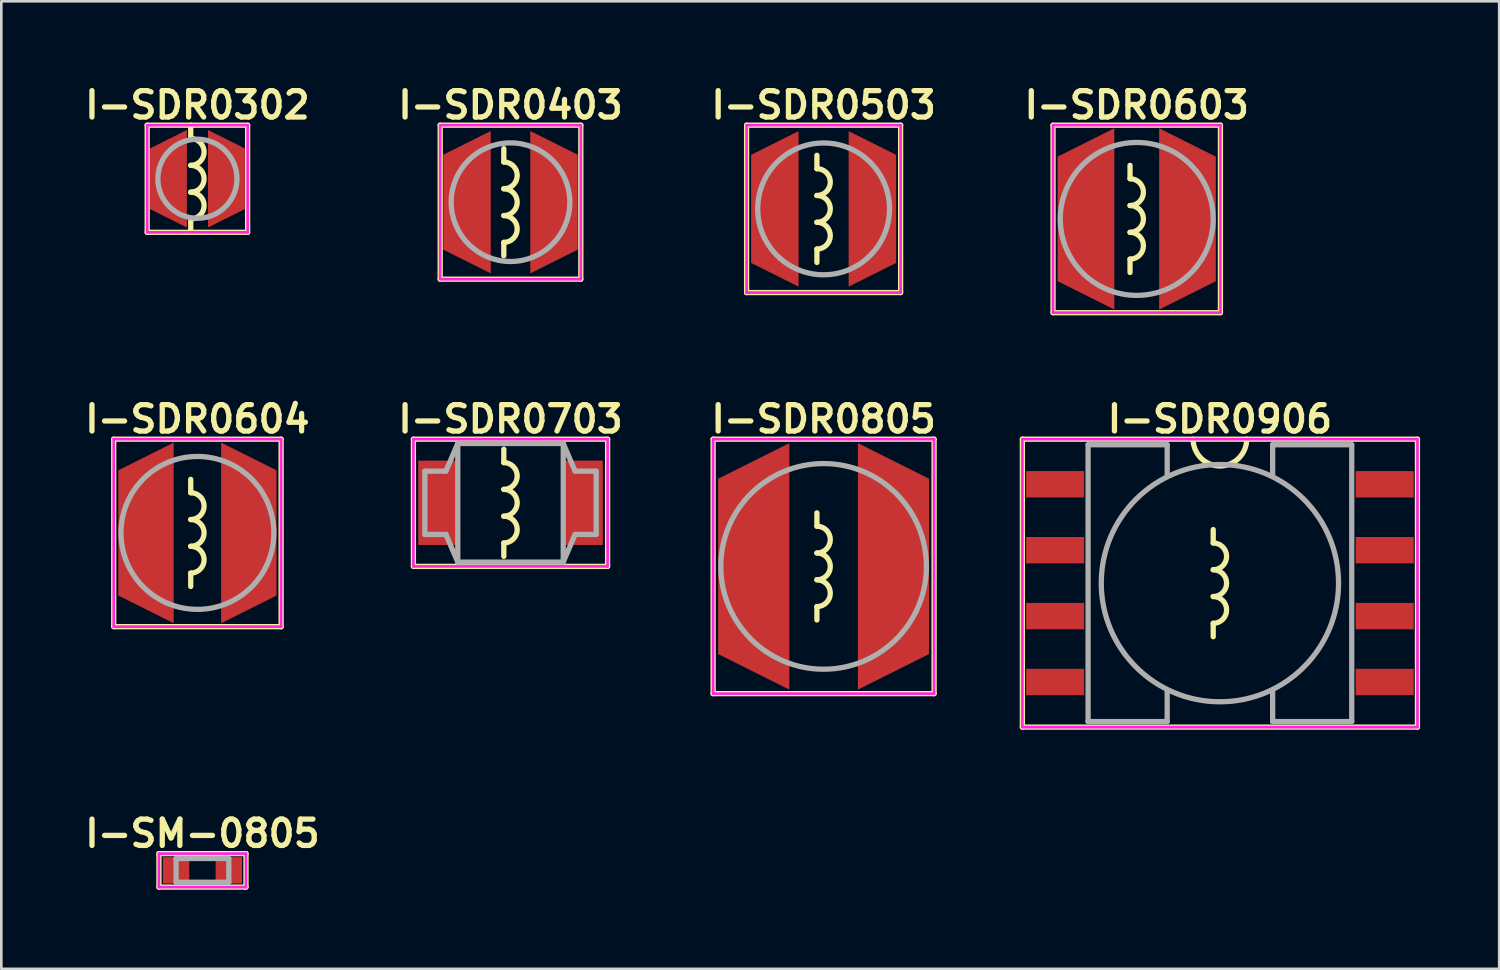
<source format=kicad_pcb>
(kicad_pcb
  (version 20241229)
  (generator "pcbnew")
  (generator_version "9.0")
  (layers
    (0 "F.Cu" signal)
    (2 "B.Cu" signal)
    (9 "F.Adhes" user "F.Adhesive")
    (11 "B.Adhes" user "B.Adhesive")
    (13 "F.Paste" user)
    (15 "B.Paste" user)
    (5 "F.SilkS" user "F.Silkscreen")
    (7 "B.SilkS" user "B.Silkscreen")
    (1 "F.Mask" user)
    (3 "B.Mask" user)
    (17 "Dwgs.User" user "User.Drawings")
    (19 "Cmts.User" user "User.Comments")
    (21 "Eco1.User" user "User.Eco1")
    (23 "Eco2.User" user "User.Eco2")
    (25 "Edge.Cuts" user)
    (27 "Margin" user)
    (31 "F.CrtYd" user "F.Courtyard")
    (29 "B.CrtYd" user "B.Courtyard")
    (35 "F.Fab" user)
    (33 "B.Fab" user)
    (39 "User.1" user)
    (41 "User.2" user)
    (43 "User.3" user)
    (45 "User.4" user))
  (footprint "I-SDR0703"
    (layer "F.Cu")
    (at 16.314 16.021)
    (property "Reference" "I-SDR0703" (at 0 -3.175 0) (layer "F.SilkS") (effects (font (size 1 1) (thickness 0.2))))
    (attr through_hole)
    (fp_line (start -3.683 -2.413) (end -3.683 2.413) (stroke (width 0.2) (type solid)) (layer "F.SilkS"))
    (fp_line (start -3.683 -2.413) (end 3.683 -2.413) (stroke (width 0.2) (type solid)) (layer "F.SilkS"))
    (fp_line (start -3.683 2.413) (end 3.683 2.413) (stroke (width 0.2) (type solid)) (layer "F.SilkS"))
    (fp_line (start -0.254 -1.524) (end -0.254 -2.032) (stroke (width 0.2) (type solid)) (layer "F.SilkS"))
    (fp_line (start -0.254 2.032) (end -0.254 1.524) (stroke (width 0.2) (type solid)) (layer "F.SilkS"))
    (fp_line (start 3.683 -2.413) (end 3.683 2.413) (stroke (width 0.2) (type solid)) (layer "F.SilkS"))
    (fp_arc (start -0.254 -1.524) (mid 0.254 -1.016) (end -0.254 -0.508) (stroke (width 0.2) (type solid)) (layer "F.SilkS"))
    (fp_arc (start -0.254 -0.508) (mid 0.254 0) (end -0.254 0.508) (stroke (width 0.2) (type solid)) (layer "F.SilkS"))
    (fp_arc (start -0.254 0.508) (mid 0.254 1.016) (end -0.254 1.524) (stroke (width 0.2) (type solid)) (layer "F.SilkS"))
    (fp_line (start -3.683 -2.413) (end 3.683 -2.413) (stroke (width 0.1) (type solid)) (layer "F.CrtYd"))
    (fp_line (start -3.683 2.413) (end -3.683 -2.413) (stroke (width 0.1) (type solid)) (layer "F.CrtYd"))
    (fp_line (start 3.683 -2.413) (end 3.683 2.413) (stroke (width 0.1) (type solid)) (layer "F.CrtYd"))
    (fp_line (start 3.683 2.413) (end -3.683 2.413) (stroke (width 0.1) (type solid)) (layer "F.CrtYd"))
    (fp_line (start -3.25 -1.2) (end -3.25 1.2) (stroke (width 0.2) (type solid)) (layer "F.Fab"))
    (fp_line (start -3.25 -1.2) (end -2.45 -1.2) (stroke (width 0.2) (type solid)) (layer "F.Fab"))
    (fp_line (start -3.25 1.2) (end -2.45 1.2) (stroke (width 0.2) (type solid)) (layer "F.Fab"))
    (fp_line (start -2.45 1.2) (end -2 2.25) (stroke (width 0.2) (type solid)) (layer "F.Fab"))
    (fp_line (start -2 -2.25) (end -2.45 -1.2) (stroke (width 0.2) (type solid)) (layer "F.Fab"))
    (fp_line (start -2 -2.25) (end -2 2.25) (stroke (width 0.2) (type solid)) (layer "F.Fab"))
    (fp_line (start -2 -2.25) (end 2 -2.25) (stroke (width 0.2) (type solid)) (layer "F.Fab"))
    (fp_line (start -2 2.25) (end 2 2.25) (stroke (width 0.2) (type solid)) (layer "F.Fab"))
    (fp_line (start 2 -2.25) (end 2 2.25) (stroke (width 0.2) (type solid)) (layer "F.Fab"))
    (fp_line (start 2 -2.25) (end 2.45 -1.2) (stroke (width 0.2) (type solid)) (layer "F.Fab"))
    (fp_line (start 2.45 -1.2) (end 3.25 -1.2) (stroke (width 0.2) (type solid)) (layer "F.Fab"))
    (fp_line (start 2.45 1.2) (end 2 2.25) (stroke (width 0.2) (type solid)) (layer "F.Fab"))
    (fp_line (start 2.45 1.2) (end 3.25 1.2) (stroke (width 0.2) (type solid)) (layer "F.Fab"))
    (fp_line (start 3.25 -1.2) (end 3.25 1.2) (stroke (width 0.2) (type solid)) (layer "F.Fab"))
    (pad "1" smd rect (at -2.75 0) (size 1.5 3.2) (layers "F.Cu" "F.Mask"))
    (pad "2" smd rect (at 2.75 0) (size 1.5 3.2) (layers "F.Cu" "F.Mask")))
  (footprint "I-SDR0403"
    (layer "F.Cu")
    (at 16.314 4.619)
    (property "Reference" "I-SDR0403" (at 0 -3.683 0) (layer "F.SilkS") (effects (font (size 1 1) (thickness 0.2))))
    (attr through_hole)
    (fp_line (start -2.667 -2.921) (end -2.667 2.921) (stroke (width 0.2) (type solid)) (layer "F.SilkS"))
    (fp_line (start -2.667 -2.921) (end 2.667 -2.921) (stroke (width 0.2) (type solid)) (layer "F.SilkS"))
    (fp_line (start -2.667 2.921) (end 2.667 2.921) (stroke (width 0.2) (type solid)) (layer "F.SilkS"))
    (fp_line (start -0.254 -1.524) (end -0.254 -2.032) (stroke (width 0.2) (type solid)) (layer "F.SilkS"))
    (fp_line (start -0.254 1.524) (end -0.254 2.032) (stroke (width 0.2) (type solid)) (layer "F.SilkS"))
    (fp_line (start 2.667 -2.921) (end 2.667 2.921) (stroke (width 0.2) (type solid)) (layer "F.SilkS"))
    (fp_arc (start -0.254 -1.524) (mid 0.254 -1.016) (end -0.254 -0.508) (stroke (width 0.2) (type solid)) (layer "F.SilkS"))
    (fp_arc (start -0.254 -0.508) (mid 0.254 0) (end -0.254 0.508) (stroke (width 0.2) (type solid)) (layer "F.SilkS"))
    (fp_arc (start -0.254 0.508) (mid 0.254 1.016) (end -0.254 1.524) (stroke (width 0.2) (type solid)) (layer "F.SilkS"))
    (fp_line (start -2.667 -2.921) (end 2.667 -2.921) (stroke (width 0.1) (type solid)) (layer "F.CrtYd"))
    (fp_line (start -2.667 2.921) (end -2.667 -2.921) (stroke (width 0.1) (type solid)) (layer "F.CrtYd"))
    (fp_line (start 2.667 -2.921) (end 2.667 2.921) (stroke (width 0.1) (type solid)) (layer "F.CrtYd"))
    (fp_line (start 2.667 2.921) (end -2.667 2.921) (stroke (width 0.1) (type solid)) (layer "F.CrtYd"))
    (fp_circle (center 0 0) (end 2.25 0) (stroke (width 0.2) (type solid)) (fill no) (layer "F.Fab"))
    (pad "1" smd trapezoid (at -1.65 0) (size 1.8 4.5) (rect_delta -0.9 0) (layers "F.Cu" "F.Mask"))
    (pad "2" smd trapezoid (at 1.65 0) (size 1.8 4.5) (rect_delta 0.9 0) (layers "F.Cu" "F.Mask")))
  (footprint "I-SDR0604"
    (layer "F.Cu")
    (at 4.438 17.164)
    (property "Reference" "I-SDR0604" (at 0 -4.318 0) (layer "F.SilkS") (effects (font (size 1 1) (thickness 0.2))))
    (attr through_hole)
    (fp_line (start -3.175 -3.556) (end -3.175 3.556) (stroke (width 0.2) (type solid)) (layer "F.SilkS"))
    (fp_line (start -3.175 -3.556) (end 3.175 -3.556) (stroke (width 0.2) (type solid)) (layer "F.SilkS"))
    (fp_line (start -3.175 3.556) (end 3.175 3.556) (stroke (width 0.2) (type solid)) (layer "F.SilkS"))
    (fp_line (start -0.254 -1.524) (end -0.254 -2.032) (stroke (width 0.2) (type solid)) (layer "F.SilkS"))
    (fp_line (start -0.254 2.032) (end -0.254 1.524) (stroke (width 0.2) (type solid)) (layer "F.SilkS"))
    (fp_line (start 3.175 -3.556) (end 3.175 3.556) (stroke (width 0.2) (type solid)) (layer "F.SilkS"))
    (fp_arc (start -0.254 -1.524) (mid 0.254 -1.016) (end -0.254 -0.508) (stroke (width 0.2) (type solid)) (layer "F.SilkS"))
    (fp_arc (start -0.254 -0.508) (mid 0.254 0) (end -0.254 0.508) (stroke (width 0.2) (type solid)) (layer "F.SilkS"))
    (fp_arc (start -0.254 0.508) (mid 0.254 1.016) (end -0.254 1.524) (stroke (width 0.2) (type solid)) (layer "F.SilkS"))
    (fp_line (start -3.175 -3.556) (end 3.175 -3.556) (stroke (width 0.1) (type solid)) (layer "F.CrtYd"))
    (fp_line (start -3.175 3.556) (end -3.175 -3.556) (stroke (width 0.1) (type solid)) (layer "F.CrtYd"))
    (fp_line (start 3.175 -3.556) (end 3.175 3.556) (stroke (width 0.1) (type solid)) (layer "F.CrtYd"))
    (fp_line (start 3.175 3.556) (end -3.175 3.556) (stroke (width 0.1) (type solid)) (layer "F.CrtYd"))
    (fp_circle (center 0 0) (end 2.9 0) (stroke (width 0.2) (type solid)) (fill no) (layer "F.Fab"))
    (pad "1" smd trapezoid (at -1.95 0) (size 2.1 5.8) (rect_delta -1.05 0) (layers "F.Cu" "F.Mask"))
    (pad "2" smd trapezoid (at 1.95 0) (size 2.1 5.8) (rect_delta 1.05 0) (layers "F.Cu" "F.Mask")))
  (footprint "I-SDR0302"
    (layer "F.Cu")
    (at 4.438 3.73)
    (property "Reference" "I-SDR0302" (at 0 -2.794 0) (layer "F.SilkS") (effects (font (size 1 1) (thickness 0.2))))
    (attr through_hole)
    (fp_line (start -1.905 -2.032) (end -1.905 2.032) (stroke (width 0.2) (type solid)) (layer "F.SilkS"))
    (fp_line (start -1.905 -2.032) (end 1.905 -2.032) (stroke (width 0.2) (type solid)) (layer "F.SilkS"))
    (fp_line (start -1.905 2.032) (end 1.905 2.032) (stroke (width 0.2) (type solid)) (layer "F.SilkS"))
    (fp_line (start -0.254 -1.524) (end -0.254 -2.032) (stroke (width 0.2) (type solid)) (layer "F.SilkS"))
    (fp_line (start -0.254 1.524) (end -0.254 2.032) (stroke (width 0.2) (type solid)) (layer "F.SilkS"))
    (fp_line (start 1.905 -2.032) (end 1.905 2.032) (stroke (width 0.2) (type solid)) (layer "F.SilkS"))
    (fp_arc (start -0.254 -1.524) (mid 0.254 -1.016) (end -0.254 -0.508) (stroke (width 0.2) (type solid)) (layer "F.SilkS"))
    (fp_arc (start -0.254 -0.508) (mid 0.254 0) (end -0.254 0.508) (stroke (width 0.2) (type solid)) (layer "F.SilkS"))
    (fp_arc (start -0.254 0.508) (mid 0.254 1.016) (end -0.254 1.524) (stroke (width 0.2) (type solid)) (layer "F.SilkS"))
    (fp_line (start -1.905 -2.032) (end 1.905 -2.032) (stroke (width 0.1) (type solid)) (layer "F.CrtYd"))
    (fp_line (start -1.905 2.032) (end -1.905 -2.032) (stroke (width 0.1) (type solid)) (layer "F.CrtYd"))
    (fp_line (start 1.905 -2.032) (end 1.905 2.032) (stroke (width 0.1) (type solid)) (layer "F.CrtYd"))
    (fp_line (start 1.905 2.032) (end -1.905 2.032) (stroke (width 0.1) (type solid)) (layer "F.CrtYd"))
    (fp_circle (center 0 0) (end 1.5 0) (stroke (width 0.2) (type solid)) (fill no) (layer "F.Fab"))
    (pad "1" smd trapezoid (at -1.1 0) (size 1.4 3) (rect_delta -0.7 0) (layers "F.Cu" "F.Mask"))
    (pad "2" smd trapezoid (at 1.1 0) (size 1.4 3) (rect_delta 0.7 0) (layers "F.Cu" "F.Mask")))
  (footprint "I-SM-0805"
    (layer "F.Cu")
    (at 4.629 29.963)
    (property "Reference" "I-SM-0805" (at 0 -1.397 0) (layer "F.SilkS") (effects (font (size 1 1) (thickness 0.2))))
    (attr through_hole)
    (fp_line (start -1.651 -0.635) (end 1.651 -0.635) (stroke (width 0.2) (type solid)) (layer "F.SilkS"))
    (fp_line (start -1.651 0.635) (end -1.651 -0.635) (stroke (width 0.2) (type solid)) (layer "F.SilkS"))
    (fp_line (start -1.651 0.635) (end 1.651 0.635) (stroke (width 0.2) (type solid)) (layer "F.SilkS"))
    (fp_line (start 1.651 -0.635) (end 1.651 0.635) (stroke (width 0.2) (type solid)) (layer "F.SilkS"))
    (fp_line (start -1.651 -0.635) (end 1.651 -0.635) (stroke (width 0.1) (type solid)) (layer "F.CrtYd"))
    (fp_line (start -1.651 0.635) (end -1.651 -0.635) (stroke (width 0.1) (type solid)) (layer "F.CrtYd"))
    (fp_line (start 1.651 -0.635) (end 1.651 0.635) (stroke (width 0.1) (type solid)) (layer "F.CrtYd"))
    (fp_line (start 1.651 0.635) (end -1.651 0.635) (stroke (width 0.1) (type solid)) (layer "F.CrtYd"))
    (fp_line (start -1 -0.45) (end -1 0.45) (stroke (width 0.2) (type solid)) (layer "F.Fab"))
    (fp_line (start -1 -0.45) (end 1 -0.45) (stroke (width 0.2) (type solid)) (layer "F.Fab"))
    (fp_line (start -1 0.45) (end 1 0.45) (stroke (width 0.2) (type solid)) (layer "F.Fab"))
    (fp_line (start 1 -0.45) (end 1 0.45) (stroke (width 0.2) (type solid)) (layer "F.Fab"))
    (pad "1" smd rect (at -1 0) (size 1 1) (layers "F.Cu" "F.Mask"))
    (pad "2" smd rect (at 1 0) (size 1 1) (layers "F.Cu" "F.Mask")))
  (footprint "I-SDR0805"
    (layer "F.Cu")
    (at 28.19 18.434)
    (property "Reference" "I-SDR0805" (at 0 -5.588 0) (layer "F.SilkS") (effects (font (size 1 1) (thickness 0.2))))
    (attr through_hole)
    (fp_line (start -4.191 -4.826) (end -4.191 4.826) (stroke (width 0.2) (type solid)) (layer "F.SilkS"))
    (fp_line (start -4.191 -4.826) (end 4.191 -4.826) (stroke (width 0.2) (type solid)) (layer "F.SilkS"))
    (fp_line (start -4.191 4.826) (end 4.191 4.826) (stroke (width 0.2) (type solid)) (layer "F.SilkS"))
    (fp_line (start -0.254 -1.524) (end -0.254 -2.032) (stroke (width 0.2) (type solid)) (layer "F.SilkS"))
    (fp_line (start -0.254 1.524) (end -0.254 2.032) (stroke (width 0.2) (type solid)) (layer "F.SilkS"))
    (fp_line (start 4.191 -4.826) (end 4.191 4.826) (stroke (width 0.2) (type solid)) (layer "F.SilkS"))
    (fp_arc (start -0.254 -1.524) (mid 0.254 -1.016) (end -0.254 -0.508) (stroke (width 0.2) (type solid)) (layer "F.SilkS"))
    (fp_arc (start -0.254 -0.508) (mid 0.254 0) (end -0.254 0.508) (stroke (width 0.2) (type solid)) (layer "F.SilkS"))
    (fp_arc (start -0.254 0.508) (mid 0.254 1.016) (end -0.254 1.524) (stroke (width 0.2) (type solid)) (layer "F.SilkS"))
    (fp_line (start -4.191 -4.826) (end 4.191 -4.826) (stroke (width 0.1) (type solid)) (layer "F.CrtYd"))
    (fp_line (start -4.191 4.826) (end -4.191 -4.826) (stroke (width 0.1) (type solid)) (layer "F.CrtYd"))
    (fp_line (start 4.191 -4.826) (end 4.191 4.826) (stroke (width 0.1) (type solid)) (layer "F.CrtYd"))
    (fp_line (start 4.191 4.826) (end -4.191 4.826) (stroke (width 0.1) (type solid)) (layer "F.CrtYd"))
    (fp_circle (center 0 0) (end 3.9 0) (stroke (width 0.2) (type solid)) (fill no) (layer "F.Fab"))
    (pad "1" smd trapezoid (at -2.65 0) (size 2.7 8) (rect_delta -1.35 0) (layers "F.Cu" "F.Mask"))
    (pad "2" smd trapezoid (at 2.65 0) (size 2.7 8) (rect_delta 1.35 0) (layers "F.Cu" "F.Mask")))
  (footprint "I-SDR0906"
    (layer "F.Cu")
    (at 43.222 19.069)
    (property "Reference" "I-SDR0906" (at 0 -6.223 0) (layer "F.SilkS") (effects (font (size 1 1) (thickness 0.2))))
    (attr through_hole)
    (fp_line (start -7.493 -5.461) (end -7.493 5.461) (stroke (width 0.2) (type solid)) (layer "F.SilkS"))
    (fp_line (start -7.493 -5.461) (end 7.493 -5.461) (stroke (width 0.2) (type solid)) (layer "F.SilkS"))
    (fp_line (start -7.493 5.461) (end 7.493 5.461) (stroke (width 0.2) (type solid)) (layer "F.SilkS"))
    (fp_line (start -0.254 -1.524) (end -0.254 -2.032) (stroke (width 0.2) (type solid)) (layer "F.SilkS"))
    (fp_line (start -0.254 2.032) (end -0.254 1.524) (stroke (width 0.2) (type solid)) (layer "F.SilkS"))
    (fp_line (start 7.493 -5.461) (end 7.493 5.461) (stroke (width 0.2) (type solid)) (layer "F.SilkS"))
    (fp_arc (start -0.254 -1.524) (mid 0.254 -1.016) (end -0.254 -0.508) (stroke (width 0.2) (type solid)) (layer "F.SilkS"))
    (fp_arc (start -0.254 -0.508) (mid 0.254 0) (end -0.254 0.508) (stroke (width 0.2) (type solid)) (layer "F.SilkS"))
    (fp_arc (start -0.254 0.508) (mid 0.254 1.016) (end -0.254 1.524) (stroke (width 0.2) (type solid)) (layer "F.SilkS"))
    (fp_arc (start 1.016 -5.461) (mid 0 -4.445) (end -1.016 -5.461) (stroke (width 0.2) (type solid)) (layer "F.SilkS"))
    (fp_line (start -7.493 -5.461) (end 7.493 -5.461) (stroke (width 0.1) (type solid)) (layer "F.CrtYd"))
    (fp_line (start -7.493 5.461) (end -7.493 -5.461) (stroke (width 0.1) (type solid)) (layer "F.CrtYd"))
    (fp_line (start 7.493 -5.461) (end 7.493 5.461) (stroke (width 0.1) (type solid)) (layer "F.CrtYd"))
    (fp_line (start 7.493 5.461) (end -7.493 5.461) (stroke (width 0.1) (type solid)) (layer "F.CrtYd"))
    (fp_line (start -5 -5.25) (end -5 5.25) (stroke (width 0.2) (type solid)) (layer "F.Fab"))
    (fp_line (start -5 -5.25) (end -2 -5.25) (stroke (width 0.2) (type solid)) (layer "F.Fab"))
    (fp_line (start -5 5.25) (end -2 5.25) (stroke (width 0.2) (type solid)) (layer "F.Fab"))
    (fp_line (start -2 -5.25) (end -2 -4.1) (stroke (width 0.2) (type solid)) (layer "F.Fab"))
    (fp_line (start -2 4.1) (end -2 5.25) (stroke (width 0.2) (type solid)) (layer "F.Fab"))
    (fp_line (start 2 -5.25) (end 2 -4.1) (stroke (width 0.2) (type solid)) (layer "F.Fab"))
    (fp_line (start 2 -5.25) (end 5 -5.25) (stroke (width 0.2) (type solid)) (layer "F.Fab"))
    (fp_line (start 2 4.1) (end 2 5.25) (stroke (width 0.2) (type solid)) (layer "F.Fab"))
    (fp_line (start 2 5.25) (end 5 5.25) (stroke (width 0.2) (type solid)) (layer "F.Fab"))
    (fp_line (start 5 -5.25) (end 5 5.25) (stroke (width 0.2) (type solid)) (layer "F.Fab"))
    (fp_circle (center 0 0) (end 4.5 0) (stroke (width 0.2) (type solid)) (fill no) (layer "F.Fab"))
    (pad "1" smd rect (at -6.25 -3.75) (size 2.2 1) (layers "F.Cu" "F.Mask"))
    (pad "2" smd rect (at -6.25 -1.25) (size 2.2 1) (layers "F.Cu" "F.Mask"))
    (pad "3" smd rect (at -6.25 1.25) (size 2.2 1) (layers "F.Cu" "F.Mask"))
    (pad "4" smd rect (at -6.25 3.75) (size 2.2 1) (layers "F.Cu" "F.Mask"))
    (pad "5" smd rect (at 6.25 3.75) (size 2.2 1) (layers "F.Cu" "F.Mask"))
    (pad "6" smd rect (at 6.25 1.25) (size 2.2 1) (layers "F.Cu" "F.Mask"))
    (pad "7" smd rect (at 6.25 -1.25) (size 2.2 1) (layers "F.Cu" "F.Mask"))
    (pad "8" smd rect (at 6.25 -3.75) (size 2.2 1) (layers "F.Cu" "F.Mask")))
  (footprint "I-SDR0603"
    (layer "F.Cu")
    (at 40.067 5.254)
    (property "Reference" "I-SDR0603" (at 0 -4.318 0) (layer "F.SilkS") (effects (font (size 1 1) (thickness 0.2))))
    (attr through_hole)
    (fp_line (start -3.175 -3.556) (end -3.175 3.556) (stroke (width 0.2) (type solid)) (layer "F.SilkS"))
    (fp_line (start -3.175 -3.556) (end 3.175 -3.556) (stroke (width 0.2) (type solid)) (layer "F.SilkS"))
    (fp_line (start -3.175 3.556) (end 3.175 3.556) (stroke (width 0.2) (type solid)) (layer "F.SilkS"))
    (fp_line (start -0.254 -1.524) (end -0.254 -2.032) (stroke (width 0.2) (type solid)) (layer "F.SilkS"))
    (fp_line (start -0.254 2.032) (end -0.254 1.524) (stroke (width 0.2) (type solid)) (layer "F.SilkS"))
    (fp_line (start 3.175 -3.556) (end 3.175 3.556) (stroke (width 0.2) (type solid)) (layer "F.SilkS"))
    (fp_arc (start -0.254 -1.524) (mid 0.254 -1.016) (end -0.254 -0.508) (stroke (width 0.2) (type solid)) (layer "F.SilkS"))
    (fp_arc (start -0.254 -0.508) (mid 0.254 0) (end -0.254 0.508) (stroke (width 0.2) (type solid)) (layer "F.SilkS"))
    (fp_arc (start -0.254 0.508) (mid 0.254 1.016) (end -0.254 1.524) (stroke (width 0.2) (type solid)) (layer "F.SilkS"))
    (fp_line (start -3.175 -3.556) (end 3.175 -3.556) (stroke (width 0.1) (type solid)) (layer "F.CrtYd"))
    (fp_line (start -3.175 3.556) (end -3.175 -3.556) (stroke (width 0.1) (type solid)) (layer "F.CrtYd"))
    (fp_line (start 3.175 -3.556) (end 3.175 3.556) (stroke (width 0.1) (type solid)) (layer "F.CrtYd"))
    (fp_line (start 3.175 3.556) (end -3.175 3.556) (stroke (width 0.1) (type solid)) (layer "F.CrtYd"))
    (fp_circle (center 0 0) (end 2.9 0) (stroke (width 0.2) (type solid)) (fill no) (layer "F.Fab"))
    (pad "1" smd trapezoid (at -1.925 0) (size 2.15 5.8) (rect_delta -1.075 0) (layers "F.Cu" "F.Mask"))
    (pad "2" smd trapezoid (at 1.925 0) (size 2.15 5.8) (rect_delta 1.075 0) (layers "F.Cu" "F.Mask")))
  (footprint "I-SDR0503"
    (layer "F.Cu")
    (at 28.19 4.873)
    (property "Reference" "I-SDR0503" (at 0 -3.937 0) (layer "F.SilkS") (effects (font (size 1 1) (thickness 0.2))))
    (attr through_hole)
    (fp_line (start -2.921 -3.175) (end -2.921 3.175) (stroke (width 0.2) (type solid)) (layer "F.SilkS"))
    (fp_line (start -2.921 -3.175) (end 2.921 -3.175) (stroke (width 0.2) (type solid)) (layer "F.SilkS"))
    (fp_line (start -2.921 3.175) (end 2.921 3.175) (stroke (width 0.2) (type solid)) (layer "F.SilkS"))
    (fp_line (start -0.254 -1.524) (end -0.254 -2.032) (stroke (width 0.2) (type solid)) (layer "F.SilkS"))
    (fp_line (start -0.254 1.524) (end -0.254 2.032) (stroke (width 0.2) (type solid)) (layer "F.SilkS"))
    (fp_line (start 2.921 -3.175) (end 2.921 3.175) (stroke (width 0.2) (type solid)) (layer "F.SilkS"))
    (fp_arc (start -0.254 -1.524) (mid 0.254 -1.016) (end -0.254 -0.508) (stroke (width 0.2) (type solid)) (layer "F.SilkS"))
    (fp_arc (start -0.254 -0.508) (mid 0.254 0) (end -0.254 0.508) (stroke (width 0.2) (type solid)) (layer "F.SilkS"))
    (fp_arc (start -0.254 0.508) (mid 0.254 1.016) (end -0.254 1.524) (stroke (width 0.2) (type solid)) (layer "F.SilkS"))
    (fp_line (start -2.921 -3.175) (end 2.921 -3.175) (stroke (width 0.1) (type solid)) (layer "F.CrtYd"))
    (fp_line (start -2.921 3.175) (end -2.921 -3.175) (stroke (width 0.1) (type solid)) (layer "F.CrtYd"))
    (fp_line (start 2.921 -3.175) (end 2.921 3.175) (stroke (width 0.1) (type solid)) (layer "F.CrtYd"))
    (fp_line (start 2.921 3.175) (end -2.921 3.175) (stroke (width 0.1) (type solid)) (layer "F.CrtYd"))
    (fp_circle (center 0 0) (end 2.5 0) (stroke (width 0.2) (type solid)) (fill no) (layer "F.Fab"))
    (pad "1" smd trapezoid (at -1.85 0) (size 1.8 5) (rect_delta -0.9 0) (layers "F.Cu" "F.Mask"))
    (pad "2" smd trapezoid (at 1.85 0) (size 1.8 5) (rect_delta 0.9 0) (layers "F.Cu" "F.Mask")))
  (gr_rect
    (start -3 -3)
    (end 53.815 33.698)
    (stroke (width 0.1) (type default))
    (fill no)
    (layer "Edge.Cuts")))
</source>
